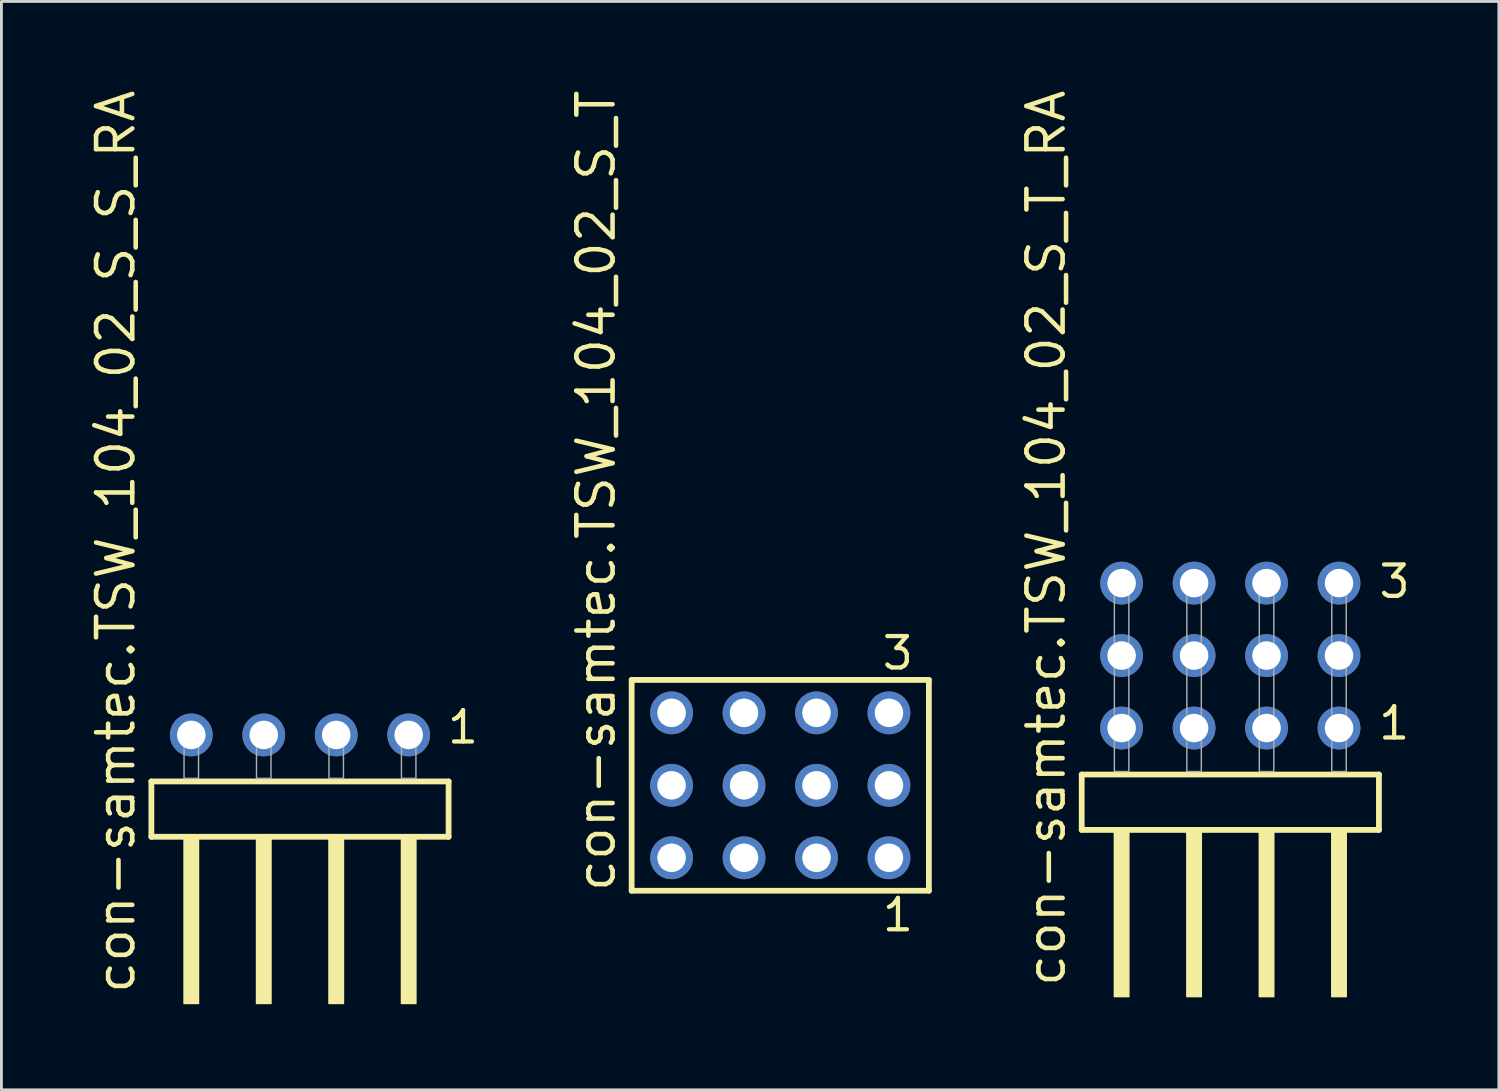
<source format=kicad_pcb>
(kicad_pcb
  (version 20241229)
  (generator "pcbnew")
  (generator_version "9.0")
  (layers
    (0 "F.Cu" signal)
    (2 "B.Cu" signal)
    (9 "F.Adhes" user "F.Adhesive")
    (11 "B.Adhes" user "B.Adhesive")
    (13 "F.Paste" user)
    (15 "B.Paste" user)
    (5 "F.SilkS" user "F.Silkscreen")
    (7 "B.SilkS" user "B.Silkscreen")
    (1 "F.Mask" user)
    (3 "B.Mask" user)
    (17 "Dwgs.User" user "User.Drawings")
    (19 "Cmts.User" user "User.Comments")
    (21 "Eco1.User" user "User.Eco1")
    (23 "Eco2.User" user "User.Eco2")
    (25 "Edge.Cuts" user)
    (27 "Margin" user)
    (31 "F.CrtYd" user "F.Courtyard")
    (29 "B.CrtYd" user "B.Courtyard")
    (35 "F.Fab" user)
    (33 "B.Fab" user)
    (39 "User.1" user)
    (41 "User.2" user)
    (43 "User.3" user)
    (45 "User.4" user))
  (footprint "con-samtec.TSW_104_02_S_T_RA"
    (layer "F.Cu")
    (at 40.075 23.993)
    (property "Reference" "con-samtec.TSW_104_02_S_T_RA" (at -5.715 7.62 90) (layer "F.SilkS") (effects (font (size 1.27 1.27) (thickness 0.16)) (justify left bottom)))
    (attr through_hole)
    (fp_line (start -5.209 0.106) (end -5.209 2.046) (stroke (width 0.203) (type default)) (layer "F.SilkS"))
    (fp_line (start -5.209 2.046) (end 5.209 2.046) (stroke (width 0.203) (type default)) (layer "F.SilkS"))
    (fp_line (start 5.209 0.106) (end -5.209 0.106) (stroke (width 0.203) (type default)) (layer "F.SilkS"))
    (fp_line (start 5.209 2.046) (end 5.209 0.106) (stroke (width 0.203) (type default)) (layer "F.SilkS"))
    (fp_rect (start -4.064 7.89) (end -3.556 2.04) (stroke (width 0.05) (type default)) (fill yes) (layer "F.SilkS"))
    (fp_rect (start -1.524 7.89) (end -1.016 2.04) (stroke (width 0.05) (type default)) (fill yes) (layer "F.SilkS"))
    (fp_rect (start 1.016 7.89) (end 1.524 2.04) (stroke (width 0.05) (type default)) (fill yes) (layer "F.SilkS"))
    (fp_rect (start 3.556 7.89) (end 4.064 2.04) (stroke (width 0.05) (type default)) (fill yes) (layer "F.SilkS"))
    (fp_rect (start -4.064 0) (end -3.556 -6.858) (stroke (width 0.05) (type default)) (fill no) (layer "F.Fab"))
    (fp_rect (start -1.524 0) (end -1.016 -6.858) (stroke (width 0.05) (type default)) (fill no) (layer "F.Fab"))
    (fp_rect (start 1.016 0) (end 1.524 -6.858) (stroke (width 0.05) (type default)) (fill no) (layer "F.Fab"))
    (fp_rect (start 3.556 0) (end 4.064 -6.858) (stroke (width 0.05) (type default)) (fill no) (layer "F.Fab"))
    (fp_text user "1" (at 5.12 -1.05 0) (layer "F.SilkS") (effects (font (size 1.1 1.1) (thickness 0.15)) (justify left bottom)))
    (fp_text user "3" (at 5.135 -6.015 0) (layer "F.SilkS") (effects (font (size 1.1 1.1) (thickness 0.15)) (justify left bottom)))
    (pad "1" thru_hole circle (at 3.81 -1.524 180) (size 1.5 1.5) (drill 1) (layers "*.Cu" "*.Mask"))
    (pad "2" thru_hole circle (at 3.81 -4.064 180) (size 1.5 1.5) (drill 1) (layers "*.Cu" "*.Mask"))
    (pad "3" thru_hole circle (at 3.81 -6.604 180) (size 1.5 1.5) (drill 1) (layers "*.Cu" "*.Mask"))
    (pad "4" thru_hole circle (at 1.27 -1.524 180) (size 1.5 1.5) (drill 1) (layers "*.Cu" "*.Mask"))
    (pad "5" thru_hole circle (at 1.27 -4.064 180) (size 1.5 1.5) (drill 1) (layers "*.Cu" "*.Mask"))
    (pad "6" thru_hole circle (at 1.27 -6.604 180) (size 1.5 1.5) (drill 1) (layers "*.Cu" "*.Mask"))
    (pad "7" thru_hole circle (at -1.27 -1.524 180) (size 1.5 1.5) (drill 1) (layers "*.Cu" "*.Mask"))
    (pad "8" thru_hole circle (at -1.27 -4.064 180) (size 1.5 1.5) (drill 1) (layers "*.Cu" "*.Mask"))
    (pad "9" thru_hole circle (at -1.27 -6.604 180) (size 1.5 1.5) (drill 1) (layers "*.Cu" "*.Mask"))
    (pad "10" thru_hole circle (at -3.81 -1.524 180) (size 1.5 1.5) (drill 1) (layers "*.Cu" "*.Mask"))
    (pad "11" thru_hole circle (at -3.81 -4.064 180) (size 1.5 1.5) (drill 1) (layers "*.Cu" "*.Mask"))
    (pad "12" thru_hole circle (at -3.81 -6.604 180) (size 1.5 1.5) (drill 1) (layers "*.Cu" "*.Mask")))
  (footprint "con-samtec.TSW_104_02_S_S_RA"
    (layer "F.Cu")
    (at 7.465 24.235)
    (property "Reference" "con-samtec.TSW_104_02_S_S_RA" (at -5.715 7.62 90) (layer "F.SilkS") (effects (font (size 1.27 1.27) (thickness 0.16)) (justify left bottom)))
    (attr through_hole)
    (fp_line (start -5.209 0.106) (end -5.209 2.046) (stroke (width 0.203) (type default)) (layer "F.SilkS"))
    (fp_line (start -5.209 2.046) (end 5.209 2.046) (stroke (width 0.203) (type default)) (layer "F.SilkS"))
    (fp_line (start 5.209 0.106) (end -5.209 0.106) (stroke (width 0.203) (type default)) (layer "F.SilkS"))
    (fp_line (start 5.209 2.046) (end 5.209 0.106) (stroke (width 0.203) (type default)) (layer "F.SilkS"))
    (fp_rect (start -4.064 7.89) (end -3.556 2.04) (stroke (width 0.05) (type default)) (fill yes) (layer "F.SilkS"))
    (fp_rect (start -1.524 7.89) (end -1.016 2.04) (stroke (width 0.05) (type default)) (fill yes) (layer "F.SilkS"))
    (fp_rect (start 1.016 7.89) (end 1.524 2.04) (stroke (width 0.05) (type default)) (fill yes) (layer "F.SilkS"))
    (fp_rect (start 3.556 7.89) (end 4.064 2.04) (stroke (width 0.05) (type default)) (fill yes) (layer "F.SilkS"))
    (fp_rect (start -4.064 0) (end -3.556 -1.778) (stroke (width 0.05) (type default)) (fill no) (layer "F.Fab"))
    (fp_rect (start -1.524 0) (end -1.016 -1.778) (stroke (width 0.05) (type default)) (fill no) (layer "F.Fab"))
    (fp_rect (start 1.016 0) (end 1.524 -1.778) (stroke (width 0.05) (type default)) (fill no) (layer "F.Fab"))
    (fp_rect (start 3.556 0) (end 4.064 -1.778) (stroke (width 0.05) (type default)) (fill no) (layer "F.Fab"))
    (fp_text user "1" (at 5.092 -1.152 0) (layer "F.SilkS") (effects (font (size 1.1 1.1) (thickness 0.15)) (justify left bottom)))
    (pad "1" thru_hole circle (at 3.81 -1.524 180) (size 1.5 1.5) (drill 1) (layers "*.Cu" "*.Mask"))
    (pad "2" thru_hole circle (at 1.27 -1.524 180) (size 1.5 1.5) (drill 1) (layers "*.Cu" "*.Mask"))
    (pad "3" thru_hole circle (at -1.27 -1.524 180) (size 1.5 1.5) (drill 1) (layers "*.Cu" "*.Mask"))
    (pad "4" thru_hole circle (at -3.81 -1.524 180) (size 1.5 1.5) (drill 1) (layers "*.Cu" "*.Mask")))
  (footprint "con-samtec.TSW_104_02_S_T"
    (layer "F.Cu")
    (at 24.3 24.477)
    (property "Reference" "con-samtec.TSW_104_02_S_T" (at -5.715 3.81 90) (layer "F.SilkS") (effects (font (size 1.27 1.27) (thickness 0.16)) (justify left bottom)))
    (attr through_hole)
    (fp_line (start -5.209 -3.695) (end 5.209 -3.695) (stroke (width 0.203) (type default)) (layer "F.SilkS"))
    (fp_line (start -5.209 3.695) (end -5.209 -3.695) (stroke (width 0.203) (type default)) (layer "F.SilkS"))
    (fp_line (start 5.209 -3.695) (end 5.209 3.695) (stroke (width 0.203) (type default)) (layer "F.SilkS"))
    (fp_line (start 5.209 3.695) (end -5.209 3.695) (stroke (width 0.203) (type default)) (layer "F.SilkS"))
    (fp_rect (start -4.16 -2.19) (end -3.46 -2.89) (stroke (width 0.05) (type default)) (fill no) (layer "F.Fab"))
    (fp_rect (start -4.16 0.35) (end -3.46 -0.35) (stroke (width 0.05) (type default)) (fill no) (layer "F.Fab"))
    (fp_rect (start -4.16 2.89) (end -3.46 2.19) (stroke (width 0.05) (type default)) (fill no) (layer "F.Fab"))
    (fp_rect (start -1.62 -2.19) (end -0.92 -2.89) (stroke (width 0.05) (type default)) (fill no) (layer "F.Fab"))
    (fp_rect (start -1.62 0.35) (end -0.92 -0.35) (stroke (width 0.05) (type default)) (fill no) (layer "F.Fab"))
    (fp_rect (start -1.62 2.89) (end -0.92 2.19) (stroke (width 0.05) (type default)) (fill no) (layer "F.Fab"))
    (fp_rect (start 0.92 -2.19) (end 1.62 -2.89) (stroke (width 0.05) (type default)) (fill no) (layer "F.Fab"))
    (fp_rect (start 0.92 0.35) (end 1.62 -0.35) (stroke (width 0.05) (type default)) (fill no) (layer "F.Fab"))
    (fp_rect (start 0.92 2.89) (end 1.62 2.19) (stroke (width 0.05) (type default)) (fill no) (layer "F.Fab"))
    (fp_rect (start 3.46 -2.19) (end 4.16 -2.89) (stroke (width 0.05) (type default)) (fill no) (layer "F.Fab"))
    (fp_rect (start 3.46 0.35) (end 4.16 -0.35) (stroke (width 0.05) (type default)) (fill no) (layer "F.Fab"))
    (fp_rect (start 3.46 2.89) (end 4.16 2.19) (stroke (width 0.05) (type default)) (fill no) (layer "F.Fab"))
    (fp_text user "1" (at 3.502 5.188 0) (layer "F.SilkS") (effects (font (size 1.1 1.1) (thickness 0.15)) (justify left bottom)))
    (fp_text user "3" (at 3.498 -3.989 0) (layer "F.SilkS") (effects (font (size 1.1 1.1) (thickness 0.15)) (justify left bottom)))
    (pad "1" thru_hole circle (at 3.81 2.54 180) (size 1.5 1.5) (drill 1) (layers "*.Cu" "*.Mask"))
    (pad "2" thru_hole circle (at 3.81 0 180) (size 1.5 1.5) (drill 1) (layers "*.Cu" "*.Mask"))
    (pad "3" thru_hole circle (at 3.81 -2.54 180) (size 1.5 1.5) (drill 1) (layers "*.Cu" "*.Mask"))
    (pad "4" thru_hole circle (at 1.27 2.54 180) (size 1.5 1.5) (drill 1) (layers "*.Cu" "*.Mask"))
    (pad "5" thru_hole circle (at 1.27 0 180) (size 1.5 1.5) (drill 1) (layers "*.Cu" "*.Mask"))
    (pad "6" thru_hole circle (at 1.27 -2.54 180) (size 1.5 1.5) (drill 1) (layers "*.Cu" "*.Mask"))
    (pad "7" thru_hole circle (at -1.27 2.54 180) (size 1.5 1.5) (drill 1) (layers "*.Cu" "*.Mask"))
    (pad "8" thru_hole circle (at -1.27 0 180) (size 1.5 1.5) (drill 1) (layers "*.Cu" "*.Mask"))
    (pad "9" thru_hole circle (at -1.27 -2.54 180) (size 1.5 1.5) (drill 1) (layers "*.Cu" "*.Mask"))
    (pad "10" thru_hole circle (at -3.81 2.54 180) (size 1.5 1.5) (drill 1) (layers "*.Cu" "*.Mask"))
    (pad "11" thru_hole circle (at -3.81 0 180) (size 1.5 1.5) (drill 1) (layers "*.Cu" "*.Mask"))
    (pad "12" thru_hole circle (at -3.81 -2.54 180) (size 1.5 1.5) (drill 1) (layers "*.Cu" "*.Mask")))
  (gr_rect
    (start -3 -3)
    (end 49.488 35.15)
    (stroke (width 0.1) (type default))
    (fill no)
    (layer "Edge.Cuts")))
</source>
